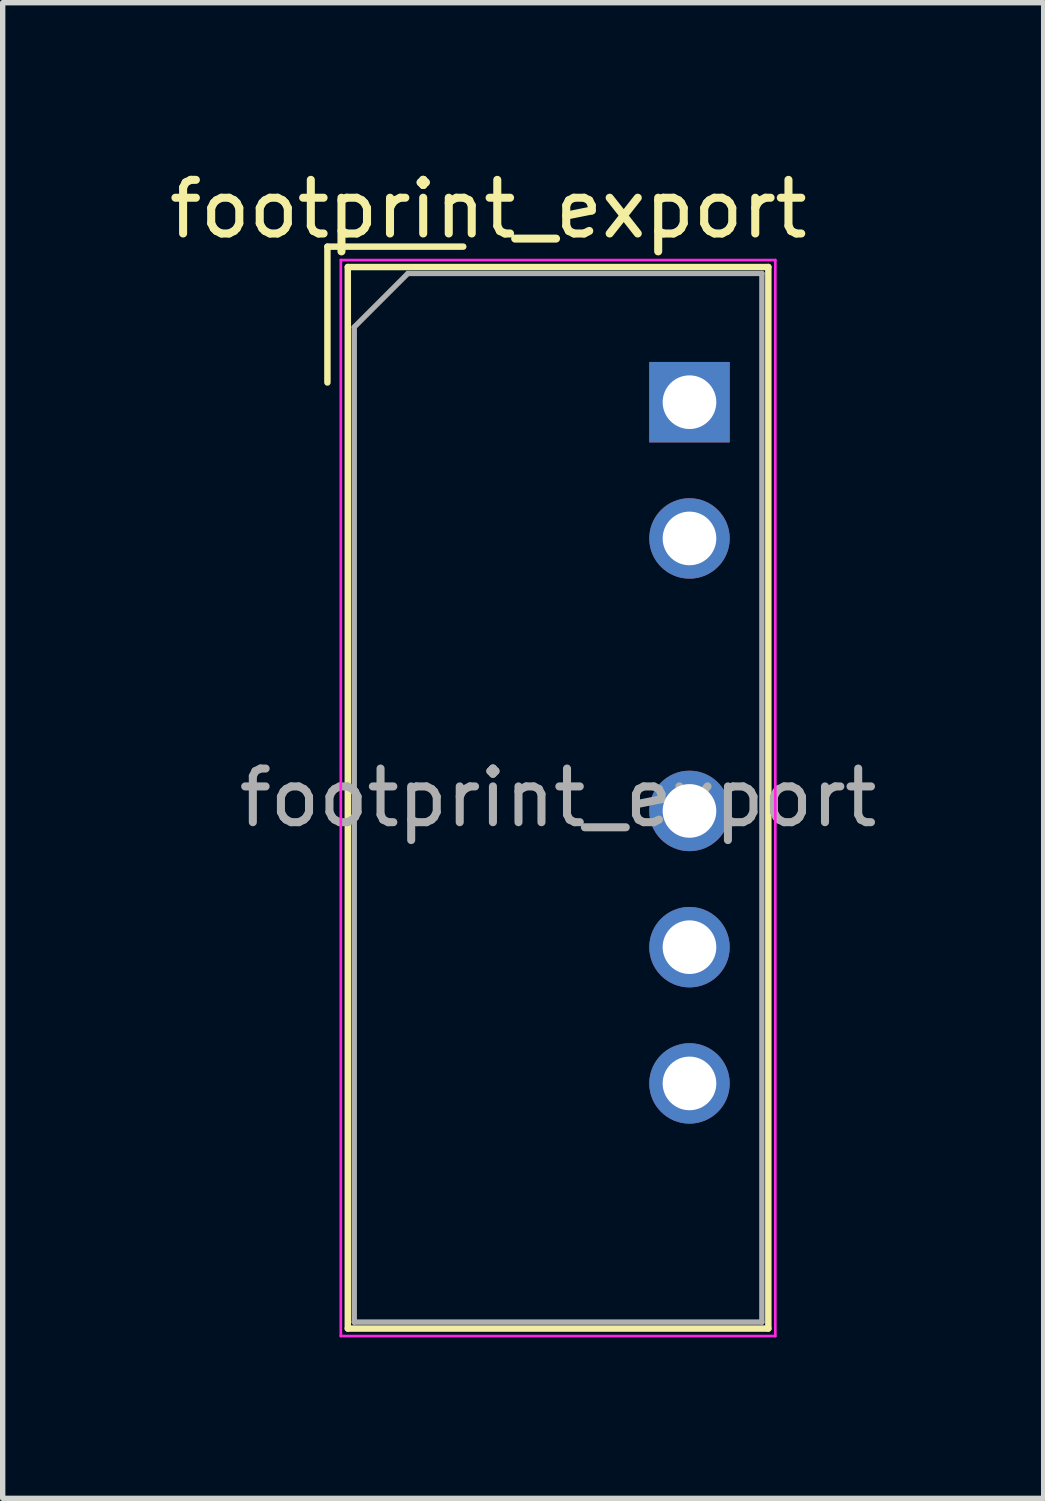
<source format=kicad_pcb>
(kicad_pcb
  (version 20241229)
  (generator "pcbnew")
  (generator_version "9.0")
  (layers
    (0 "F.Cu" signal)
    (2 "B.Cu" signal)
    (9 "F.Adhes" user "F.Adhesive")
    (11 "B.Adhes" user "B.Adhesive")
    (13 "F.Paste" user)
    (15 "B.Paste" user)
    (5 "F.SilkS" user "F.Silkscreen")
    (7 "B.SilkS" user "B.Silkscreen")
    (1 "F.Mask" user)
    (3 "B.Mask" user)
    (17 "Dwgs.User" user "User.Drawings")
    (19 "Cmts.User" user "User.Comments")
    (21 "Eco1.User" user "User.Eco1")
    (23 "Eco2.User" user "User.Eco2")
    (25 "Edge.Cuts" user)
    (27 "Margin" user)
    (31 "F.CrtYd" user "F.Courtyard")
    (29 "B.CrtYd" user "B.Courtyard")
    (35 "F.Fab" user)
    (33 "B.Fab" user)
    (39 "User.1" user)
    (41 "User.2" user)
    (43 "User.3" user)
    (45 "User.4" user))
  (footprint "footprint_export"
    (layer "F.Cu")
    (at 9.804 4.448)
    (property "Reference" "footprint_export" (at -3.75 -3.6 0) (layer "F.SilkS") (effects (font (size 1 1) (thickness 0.15))))
    (attr through_hole)
    (fp_line (start -6.75 -2.9) (end -4.217 -2.9) (stroke (width 0.12) (type solid)) (layer "F.SilkS"))
    (fp_line (start -6.75 -0.367) (end -6.75 -2.9) (stroke (width 0.12) (type solid)) (layer "F.SilkS"))
    (fp_line (start -6.37 -2.52) (end -6.37 17.27) (stroke (width 0.12) (type solid)) (layer "F.SilkS"))
    (fp_line (start -6.37 -2.52) (end 1.47 -2.52) (stroke (width 0.12) (type solid)) (layer "F.SilkS"))
    (fp_line (start -6.37 17.27) (end 1.47 17.27) (stroke (width 0.12) (type solid)) (layer "F.SilkS"))
    (fp_line (start 1.47 -2.52) (end 1.47 17.27) (stroke (width 0.12) (type solid)) (layer "F.SilkS"))
    (fp_line (start -6.5 -2.65) (end -6.5 17.41) (stroke (width 0.05) (type solid)) (layer "F.CrtYd"))
    (fp_line (start -6.5 -2.65) (end 1.6 -2.65) (stroke (width 0.05) (type solid)) (layer "F.CrtYd"))
    (fp_line (start -6.5 17.41) (end 1.6 17.41) (stroke (width 0.05) (type solid)) (layer "F.CrtYd"))
    (fp_line (start 1.6 -2.65) (end 1.6 17.41) (stroke (width 0.05) (type solid)) (layer "F.CrtYd"))
    (fp_line (start -6.25 -1.4) (end -5.25 -2.4) (stroke (width 0.1) (type solid)) (layer "F.Fab"))
    (fp_line (start -6.25 17.15) (end -6.25 -1.4) (stroke (width 0.1) (type solid)) (layer "F.Fab"))
    (fp_line (start -5.25 -2.4) (end 1.35 -2.4) (stroke (width 0.1) (type solid)) (layer "F.Fab"))
    (fp_line (start 1.35 -2.4) (end 1.35 17.15) (stroke (width 0.1) (type solid)) (layer "F.Fab"))
    (fp_line (start 1.35 17.15) (end -6.25 17.15) (stroke (width 0.1) (type solid)) (layer "F.Fab"))
    (fp_text user "${REFERENCE}" (at -2.45 7.375 0) (layer "F.Fab") (effects (font (size 1 1) (thickness 0.15))))
    (pad "1" thru_hole rect (at 0 0) (size 1.5 1.5) (drill 1) (layers "*.Cu" "*.Mask"))
    (pad "2" thru_hole circle (at 0 2.54) (size 1.5 1.5) (drill 1) (layers "*.Cu" "*.Mask"))
    (pad "4" thru_hole circle (at 0 7.62) (size 1.5 1.5) (drill 1) (layers "*.Cu" "*.Mask"))
    (pad "5" thru_hole circle (at 0 10.16) (size 1.5 1.5) (drill 1) (layers "*.Cu" "*.Mask"))
    (pad "6" thru_hole circle (at 0 12.7) (size 1.5 1.5) (drill 1) (layers "*.Cu" "*.Mask")))
  (gr_rect
    (start -3 -3)
    (end 16.407 24.883)
    (stroke (width 0.1) (type default))
    (fill no)
    (layer "Edge.Cuts")))
</source>
